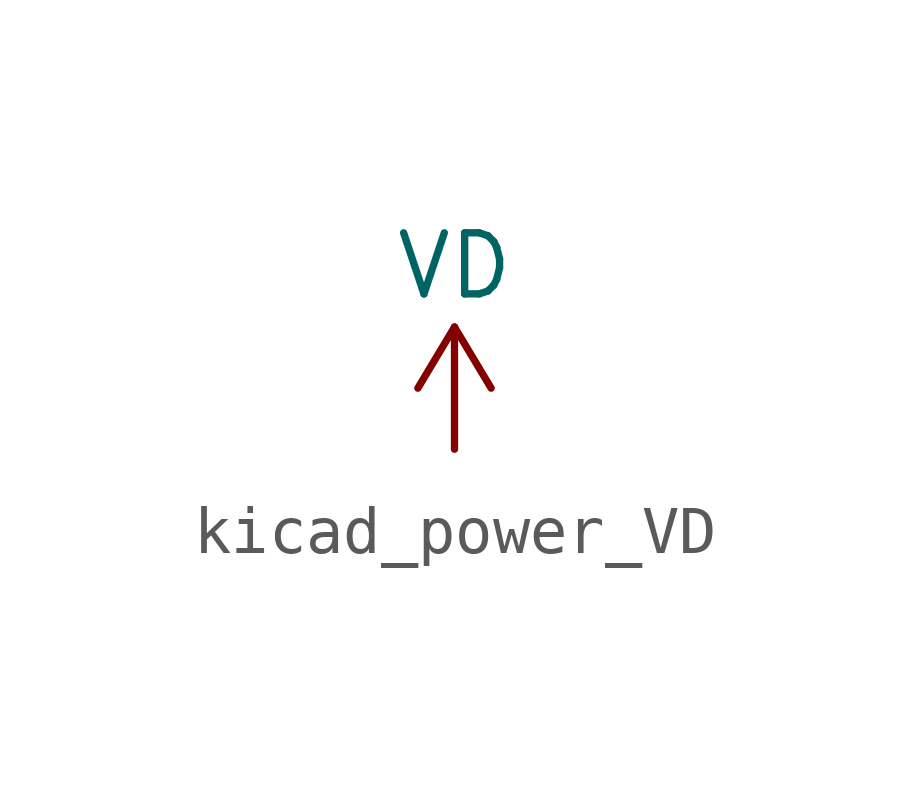
<source format=kicad_sym>
(kicad_symbol_lib
  (version 20220914)
  (generator kicad_symbol_editor)
  (symbol "kicad_power_VD"
    (power)
    (pin_names
      (offset 0))
    (property "Reference" "#PWR"
      (at 0 -3.81 0)
      (effects (font (size 1.27 1.27)) hide))
    (property "Value" "VD"
      (at 0 3.81 0)
      (effects (font (size 1.27 1.27))))
    (symbol "kicad_power_VD_0_1"
      (polyline (pts (xy -0.762 1.27) (xy 0 2.54)) (stroke (width 0) (type default)) (fill (type none)))
      (polyline (pts (xy 0 0) (xy 0 2.54)) (stroke (width 0) (type default)) (fill (type none)))
      (polyline (pts (xy 0 2.54) (xy 0.762 1.27)) (stroke (width 0) (type default)) (fill (type none))))
    (symbol "kicad_power_VD_1_1"
      (pin power_in line (at 0 0 90) (length 0) hide (name "VD" (effects (font (size 1.27 1.27)))) (number "1" (effects (font (size 1.27 1.27))))))))
</source>
